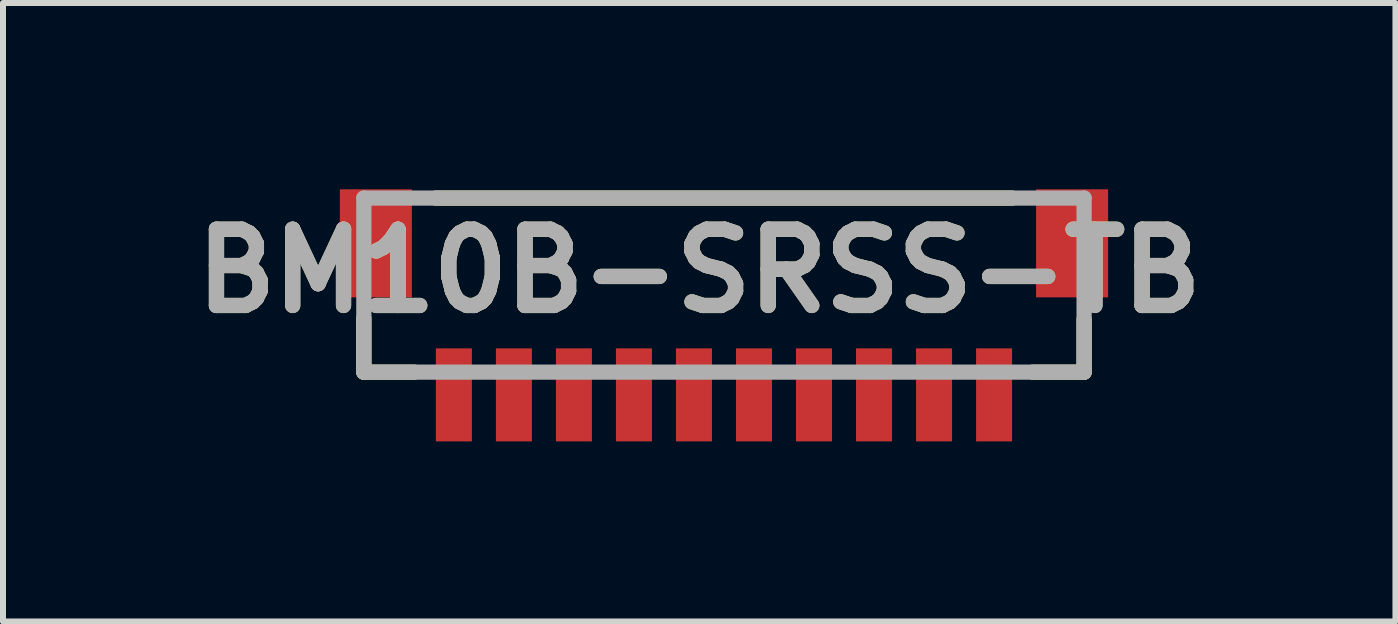
<source format=kicad_pcb>
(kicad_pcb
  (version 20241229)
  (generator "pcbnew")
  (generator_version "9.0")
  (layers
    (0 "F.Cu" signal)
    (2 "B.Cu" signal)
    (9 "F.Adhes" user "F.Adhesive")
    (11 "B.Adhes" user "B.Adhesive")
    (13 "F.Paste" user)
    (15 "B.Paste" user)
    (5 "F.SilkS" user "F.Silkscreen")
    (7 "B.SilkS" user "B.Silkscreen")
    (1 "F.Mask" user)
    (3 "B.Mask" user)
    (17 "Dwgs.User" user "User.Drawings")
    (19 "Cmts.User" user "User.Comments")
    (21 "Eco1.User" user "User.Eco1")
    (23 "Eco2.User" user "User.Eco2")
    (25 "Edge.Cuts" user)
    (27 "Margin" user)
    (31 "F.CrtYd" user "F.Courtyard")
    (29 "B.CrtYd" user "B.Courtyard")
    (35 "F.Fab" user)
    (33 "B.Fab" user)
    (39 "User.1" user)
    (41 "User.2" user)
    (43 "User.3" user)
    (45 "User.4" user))
  (footprint "BM10B-SRSS-TB"
    (layer "F.Cu")
    (at 9.012 0.25)
    (property "Reference" "BM10B-SRSS-TB" (at -0.412 1.215 0) (layer "F.SilkS") (effects (font (size 1.27 1.27) (thickness 0.254))))
    (attr smd)
    (fp_line (start -6 2.9) (end -6 2.003) (stroke (width 0.254) (type solid)) (layer "F.SilkS"))
    (fp_line (start -6 2.9) (end -5.159 2.9) (stroke (width 0.254) (type solid)) (layer "F.SilkS"))
    (fp_line (start -4.8 0) (end 4.8 0) (stroke (width 0.254) (type solid)) (layer "F.SilkS"))
    (fp_line (start 6 2.9) (end 5.146 2.9) (stroke (width 0.254) (type solid)) (layer "F.SilkS"))
    (fp_line (start 6 2.9) (end 6 2.025) (stroke (width 0.254) (type solid)) (layer "F.SilkS"))
    (fp_line (start -6 0) (end 6 0) (stroke (width 0.254) (type solid)) (layer "F.Fab"))
    (fp_line (start -6 2.9) (end -6 0) (stroke (width 0.254) (type solid)) (layer "F.Fab"))
    (fp_line (start 6 0) (end 6 2.9) (stroke (width 0.254) (type solid)) (layer "F.Fab"))
    (fp_line (start 6 2.9) (end -6 2.9) (stroke (width 0.254) (type solid)) (layer "F.Fab"))
    (fp_text user "${REFERENCE}" (at -0.412 1.215 0) (layer "F.Fab") (effects (font (size 1.27 1.27) (thickness 0.254))))
    (pad "1" smd rect (at -4.5 3.279) (size 0.6 1.55) (layers "F.Cu" "F.Mask" "F.Paste"))
    (pad "2" smd rect (at -3.5 3.279) (size 0.6 1.55) (layers "F.Cu" "F.Mask" "F.Paste"))
    (pad "3" smd rect (at -2.5 3.279) (size 0.6 1.55) (layers "F.Cu" "F.Mask" "F.Paste"))
    (pad "4" smd rect (at -1.5 3.279) (size 0.6 1.55) (layers "F.Cu" "F.Mask" "F.Paste"))
    (pad "5" smd rect (at -0.5 3.279) (size 0.6 1.55) (layers "F.Cu" "F.Mask" "F.Paste"))
    (pad "6" smd rect (at 0.5 3.279) (size 0.6 1.55) (layers "F.Cu" "F.Mask" "F.Paste"))
    (pad "7" smd rect (at 1.5 3.279) (size 0.6 1.55) (layers "F.Cu" "F.Mask" "F.Paste"))
    (pad "8" smd rect (at 2.5 3.279) (size 0.6 1.55) (layers "F.Cu" "F.Mask" "F.Paste"))
    (pad "9" smd rect (at 3.5 3.279) (size 0.6 1.55) (layers "F.Cu" "F.Mask" "F.Paste"))
    (pad "10" smd rect (at 4.5 3.279) (size 0.6 1.55) (layers "F.Cu" "F.Mask" "F.Paste"))
    (pad "11" smd rect (at -5.8 0.754) (size 1.2 1.8) (layers "F.Cu" "F.Mask" "F.Paste"))
    (pad "12" smd rect (at 5.8 0.754) (size 1.2 1.8) (layers "F.Cu" "F.Mask" "F.Paste")))
  (gr_rect
    (start -3 -3)
    (end 20.199 7.304)
    (stroke (width 0.1) (type default))
    (fill no)
    (layer "Edge.Cuts")))
</source>
